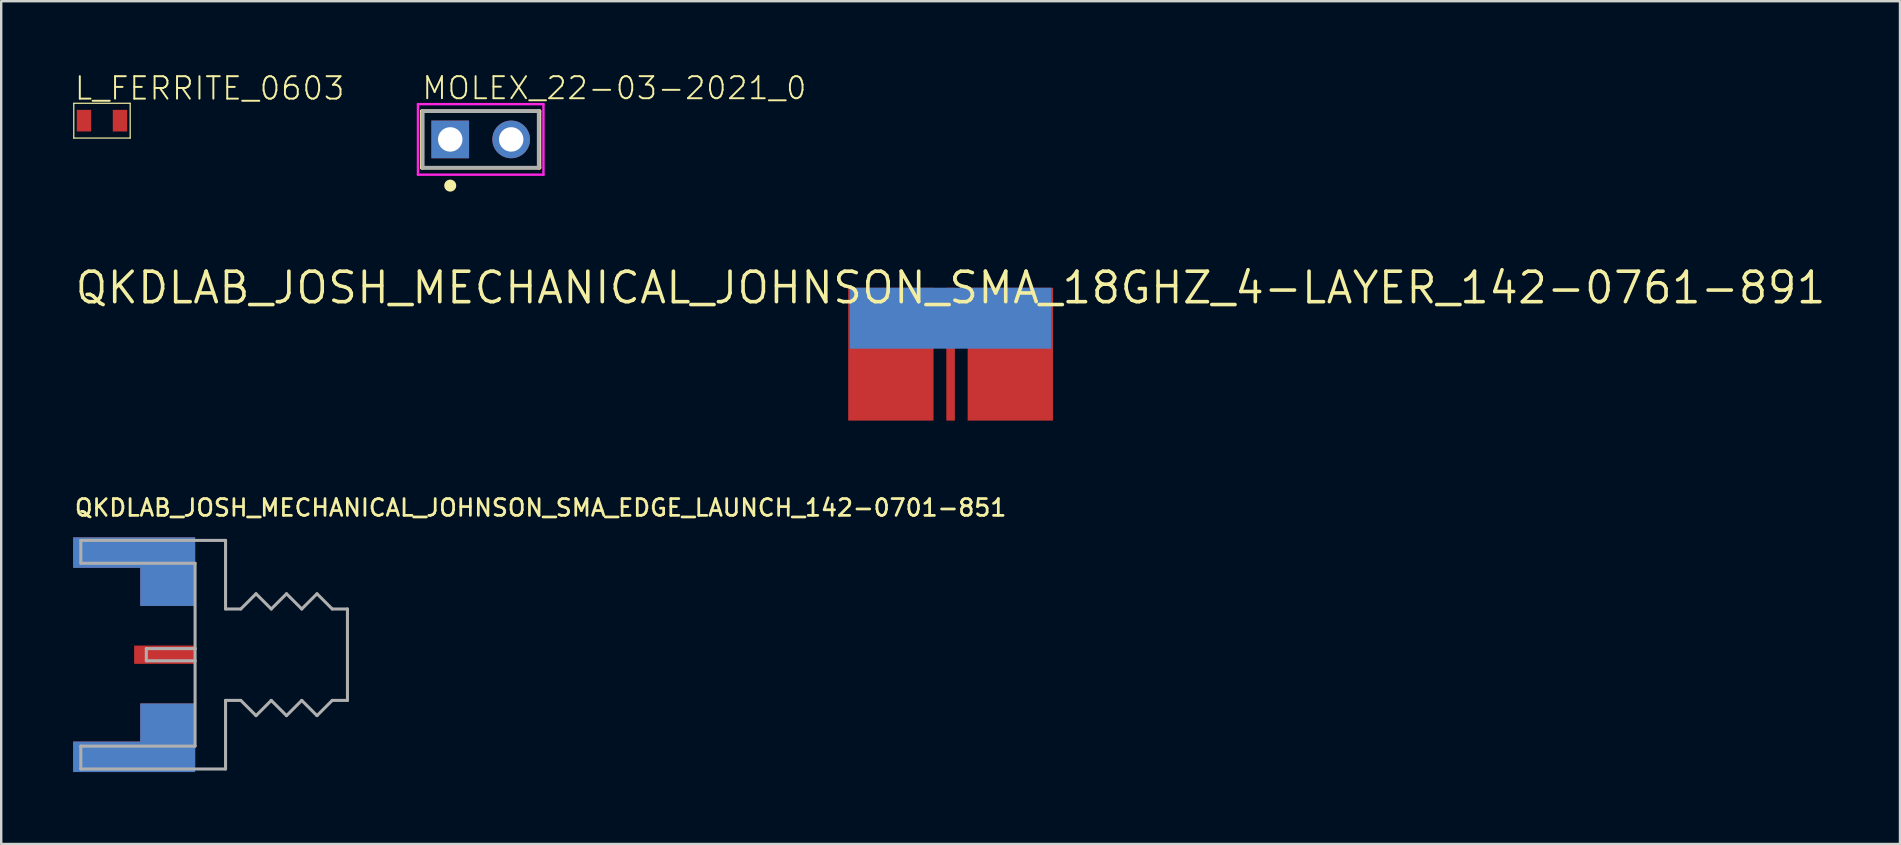
<source format=kicad_pcb>
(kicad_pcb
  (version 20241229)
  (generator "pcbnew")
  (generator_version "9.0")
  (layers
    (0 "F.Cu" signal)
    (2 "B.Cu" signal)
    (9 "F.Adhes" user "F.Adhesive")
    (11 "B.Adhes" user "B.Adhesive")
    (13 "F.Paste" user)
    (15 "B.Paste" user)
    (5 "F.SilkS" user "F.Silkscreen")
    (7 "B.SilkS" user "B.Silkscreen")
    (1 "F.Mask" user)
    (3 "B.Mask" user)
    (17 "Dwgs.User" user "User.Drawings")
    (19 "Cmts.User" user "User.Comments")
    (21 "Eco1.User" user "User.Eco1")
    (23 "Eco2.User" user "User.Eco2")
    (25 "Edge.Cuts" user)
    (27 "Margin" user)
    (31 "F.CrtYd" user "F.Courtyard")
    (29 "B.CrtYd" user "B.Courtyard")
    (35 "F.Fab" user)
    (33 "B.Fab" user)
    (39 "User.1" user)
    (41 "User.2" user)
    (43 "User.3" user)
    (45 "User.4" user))
  (footprint "MOLEX_22-03-2021_0"
    (layer "F.Cu")
    (at 16.983 2.76)
    (property "Reference" "MOLEX_22-03-2021_0" (at -2.5 -1.6 0) (unlocked yes) (layer "F.SilkS") (effects (font (size 0.92 0.92) (thickness 0.08)) (justify left bottom)))
    (fp_line (start -2.45 -1.18) (end 2.45 -1.18) (stroke (width 0.15) (type solid)) (layer "F.SilkS"))
    (fp_line (start -2.45 1.18) (end -2.45 -1.18) (stroke (width 0.15) (type solid)) (layer "F.SilkS"))
    (fp_line (start 2.45 -1.18) (end 2.45 1.18) (stroke (width 0.15) (type solid)) (layer "F.SilkS"))
    (fp_line (start 2.45 1.18) (end -2.45 1.18) (stroke (width 0.15) (type solid)) (layer "F.SilkS"))
    (fp_circle (center -1.27 1.925) (end -1.145 1.925) (stroke (width 0.25) (type solid)) (fill yes) (layer "F.SilkS"))
    (fp_line (start -2.615 -1.47) (end 2.615 -1.47) (stroke (width 0.1) (type solid)) (layer "F.CrtYd"))
    (fp_line (start -2.615 1.47) (end -2.615 -1.47) (stroke (width 0.1) (type solid)) (layer "F.CrtYd"))
    (fp_line (start 2.615 -1.47) (end 2.615 1.47) (stroke (width 0.1) (type solid)) (layer "F.CrtYd"))
    (fp_line (start 2.615 1.47) (end -2.615 1.47) (stroke (width 0.1) (type solid)) (layer "F.CrtYd"))
    (fp_line (start -2.415 -1.18) (end 2.415 -1.18) (stroke (width 0.15) (type solid)) (layer "F.Fab"))
    (fp_line (start -2.415 1.18) (end -2.415 -1.18) (stroke (width 0.15) (type solid)) (layer "F.Fab"))
    (fp_line (start 2.415 -1.18) (end 2.415 1.18) (stroke (width 0.15) (type solid)) (layer "F.Fab"))
    (fp_line (start 2.415 1.18) (end -2.415 1.18) (stroke (width 0.15) (type solid)) (layer "F.Fab"))
    (pad "1" thru_hole rect (at -1.27 0) (size 1.57 1.57) (drill 1.02) (layers "*.Cu" "*.Mask"))
    (pad "2" thru_hole circle (at 1.27 0) (size 1.57 1.57) (drill 1.02) (layers "*.Cu" "*.Mask")))
  (footprint "L_FERRITE_0603"
    (layer "F.Cu")
    (at 1.2 1.979)
    (property "Reference" "L_FERRITE_0603" (at -1.2 -0.8 0) (unlocked yes) (layer "F.SilkS") (effects (font (size 0.935 0.935) (thickness 0.081)) (justify left bottom)))
    (fp_line (start -1.175 -0.725) (end -1.175 0.725) (stroke (width 0.05) (type solid)) (layer "F.SilkS"))
    (fp_line (start -1.175 0.725) (end 1.175 0.725) (stroke (width 0.05) (type solid)) (layer "F.SilkS"))
    (fp_line (start 1.175 -0.725) (end -1.175 -0.725) (stroke (width 0.05) (type solid)) (layer "F.SilkS"))
    (fp_line (start 1.175 0.725) (end 1.175 -0.725) (stroke (width 0.05) (type solid)) (layer "F.SilkS"))
    (pad "P$1" smd rect (at -0.75 0) (size 0.6 0.9) (layers "F.Cu" "F.Mask" "F.Paste"))
    (pad "P$2" smd rect (at 0.75 0) (size 0.6 0.9) (layers "F.Cu" "F.Mask" "F.Paste")))
  (footprint "QKDLAB_JOSH_MECHANICAL_JOHNSON_SMA_EDGE_LAUNCH_142-0701-851"
    (layer "F.Cu")
    (at 5.08 24.234)
    (property "Reference" "QKDLAB_JOSH_MECHANICAL_JOHNSON_SMA_EDGE_LAUNCH_142-0701-851" (at -5.08 -5.715 0) (unlocked yes) (layer "F.SilkS") (effects (font (size 0.699 0.699) (thickness 0.114)) (justify left bottom)))
    (fp_poly (pts (xy 0 -2.032) (xy -2.286 -2.032) (xy -2.286 -3.759) (xy -3.15 -3.759) (xy -3.15 -4.661) (xy 0 -4.661)) (stroke (width 0) (type default)) (fill yes) (layer "F.Cu"))
    (fp_poly (pts (xy 0 4.661) (xy -3.797 4.661) (xy -3.797 3.759) (xy -2.286 3.759) (xy -2.286 2.032) (xy 0 2.032)) (stroke (width 0) (type default)) (fill yes) (layer "F.Cu"))
    (fp_poly (pts (xy 0 -2.032) (xy -2.286 -2.032) (xy -2.286 -3.759) (xy -3.15 -3.759) (xy -3.15 -4.661) (xy 0 -4.661)) (stroke (width 0) (type default)) (fill yes) (layer "F.Mask"))
    (fp_poly (pts (xy 0 4.661) (xy -3.797 4.661) (xy -3.797 3.759) (xy -2.286 3.759) (xy -2.286 2.032) (xy 0 2.032)) (stroke (width 0) (type default)) (fill yes) (layer "F.Mask"))
    (fp_poly (pts (xy 0 -2.032) (xy -2.286 -2.032) (xy -2.286 -3.759) (xy -3.15 -3.759) (xy -3.15 -4.661) (xy 0 -4.661)) (stroke (width 0) (type default)) (fill yes) (layer "B.Cu"))
    (fp_poly (pts (xy 0 4.661) (xy -3.797 4.661) (xy -3.797 3.759) (xy -2.286 3.759) (xy -2.286 2.032) (xy 0 2.032)) (stroke (width 0) (type default)) (fill yes) (layer "B.Cu"))
    (fp_poly (pts (xy 0 -2.032) (xy -2.286 -2.032) (xy -2.286 -3.759) (xy -3.15 -3.759) (xy -3.15 -4.661) (xy 0 -4.661)) (stroke (width 0) (type default)) (fill yes) (layer "B.Mask"))
    (fp_poly (pts (xy 0 4.661) (xy -3.797 4.661) (xy -3.797 3.759) (xy -2.286 3.759) (xy -2.286 2.032) (xy 0 2.032)) (stroke (width 0) (type default)) (fill yes) (layer "B.Mask"))
    (fp_line (start -4.763 -4.763) (end -4.763 -3.81) (stroke (width 0.127) (type solid)) (layer "F.Fab"))
    (fp_line (start -4.763 -3.81) (end 0 -3.81) (stroke (width 0.127) (type solid)) (layer "F.Fab"))
    (fp_line (start -4.763 3.81) (end -4.763 4.763) (stroke (width 0.127) (type solid)) (layer "F.Fab"))
    (fp_line (start -4.763 4.763) (end 1.27 4.763) (stroke (width 0.127) (type solid)) (layer "F.Fab"))
    (fp_line (start -2.032 -0.254) (end -2.032 0.254) (stroke (width 0.127) (type solid)) (layer "F.Fab"))
    (fp_line (start -2.032 0.254) (end 0 0.254) (stroke (width 0.127) (type solid)) (layer "F.Fab"))
    (fp_line (start 0 -3.81) (end 0 -0.254) (stroke (width 0.127) (type solid)) (layer "F.Fab"))
    (fp_line (start 0 -0.254) (end -2.032 -0.254) (stroke (width 0.127) (type solid)) (layer "F.Fab"))
    (fp_line (start 0 -0.254) (end 0 0.254) (stroke (width 0.127) (type solid)) (layer "F.Fab"))
    (fp_line (start 0 0.254) (end 0 3.81) (stroke (width 0.127) (type solid)) (layer "F.Fab"))
    (fp_line (start 0 3.81) (end -4.763 3.81) (stroke (width 0.127) (type solid)) (layer "F.Fab"))
    (fp_line (start 1.27 -4.763) (end -4.763 -4.763) (stroke (width 0.127) (type solid)) (layer "F.Fab"))
    (fp_line (start 1.27 -1.905) (end 1.27 -4.763) (stroke (width 0.127) (type solid)) (layer "F.Fab"))
    (fp_line (start 1.27 1.905) (end 1.905 1.905) (stroke (width 0.127) (type solid)) (layer "F.Fab"))
    (fp_line (start 1.27 4.763) (end 1.27 1.905) (stroke (width 0.127) (type solid)) (layer "F.Fab"))
    (fp_line (start 1.905 -1.905) (end 1.27 -1.905) (stroke (width 0.127) (type solid)) (layer "F.Fab"))
    (fp_line (start 1.905 1.905) (end 2.54 2.54) (stroke (width 0.127) (type solid)) (layer "F.Fab"))
    (fp_line (start 2.54 -2.54) (end 1.905 -1.905) (stroke (width 0.127) (type solid)) (layer "F.Fab"))
    (fp_line (start 2.54 2.54) (end 3.175 1.905) (stroke (width 0.127) (type solid)) (layer "F.Fab"))
    (fp_line (start 3.175 -1.905) (end 2.54 -2.54) (stroke (width 0.127) (type solid)) (layer "F.Fab"))
    (fp_line (start 3.175 1.905) (end 3.81 2.54) (stroke (width 0.127) (type solid)) (layer "F.Fab"))
    (fp_line (start 3.81 -2.54) (end 3.175 -1.905) (stroke (width 0.127) (type solid)) (layer "F.Fab"))
    (fp_line (start 3.81 2.54) (end 4.445 1.905) (stroke (width 0.127) (type solid)) (layer "F.Fab"))
    (fp_line (start 4.445 -1.905) (end 3.81 -2.54) (stroke (width 0.127) (type solid)) (layer "F.Fab"))
    (fp_line (start 4.445 1.905) (end 5.08 2.54) (stroke (width 0.127) (type solid)) (layer "F.Fab"))
    (fp_line (start 5.08 -2.54) (end 4.445 -1.905) (stroke (width 0.127) (type solid)) (layer "F.Fab"))
    (fp_line (start 5.08 2.54) (end 5.715 1.905) (stroke (width 0.127) (type solid)) (layer "F.Fab"))
    (fp_line (start 5.715 -1.905) (end 5.08 -2.54) (stroke (width 0.127) (type solid)) (layer "F.Fab"))
    (fp_line (start 5.715 1.905) (end 6.35 1.905) (stroke (width 0.127) (type solid)) (layer "F.Fab"))
    (fp_line (start 6.35 -1.905) (end 5.715 -1.905) (stroke (width 0.127) (type solid)) (layer "F.Fab"))
    (fp_line (start 6.35 1.905) (end 6.35 -1.905) (stroke (width 0.127) (type solid)) (layer "F.Fab"))
    (pad "P$1" smd rect (at -1.27 0) (size 2.54 0.762) (layers "F.Cu" "F.Mask"))
    (pad "P$2" smd rect (at -2.54 -4.255) (size 5.08 1.27) (layers "F.Cu" "F.Mask"))
    (pad "P$3" smd rect (at -2.54 4.255) (size 5.08 1.27) (layers "F.Cu" "F.Mask"))
    (pad "P$4" smd rect (at -2.54 -4.255) (size 5.08 1.27) (layers "B.Cu" "B.Mask"))
    (pad "P$5" smd rect (at -2.54 4.255) (size 5.08 1.27) (layers "B.Cu" "B.Mask")))
  (footprint "QKDLAB_JOSH_MECHANICAL_JOHNSON_SMA_18GHZ_4-LAYER_142-0761-891"
    (layer "F.Cu")
    (at 36.565 8.941)
    (property "Reference" "QKDLAB_JOSH_MECHANICAL_JOHNSON_SMA_18GHZ_4-LAYER_142-0761-891" (at 0 0 0) (unlocked yes) (layer "F.SilkS") (effects (font (size 1.27 1.27) (thickness 0.15))))
    (pad "P$1" smd rect (at 0 2.769) (size 0.356 5.537) (layers "F.Cu" "F.Mask"))
    (pad "P$2" smd rect (at 2.489 2.769) (size 3.556 5.537) (layers "F.Cu" "F.Mask"))
    (pad "P$3" smd rect (at -2.489 2.769) (size 3.556 5.537) (layers "F.Cu" "F.Mask"))
    (pad "P$4" smd rect (at 0 1.27) (size 8.382 2.54) (layers "B.Cu" "B.Mask")))
  (gr_rect
    (start -3 -3)
    (end 76.13 32.123)
    (stroke (width 0.1) (type default))
    (fill no)
    (layer "Edge.Cuts")))
</source>
